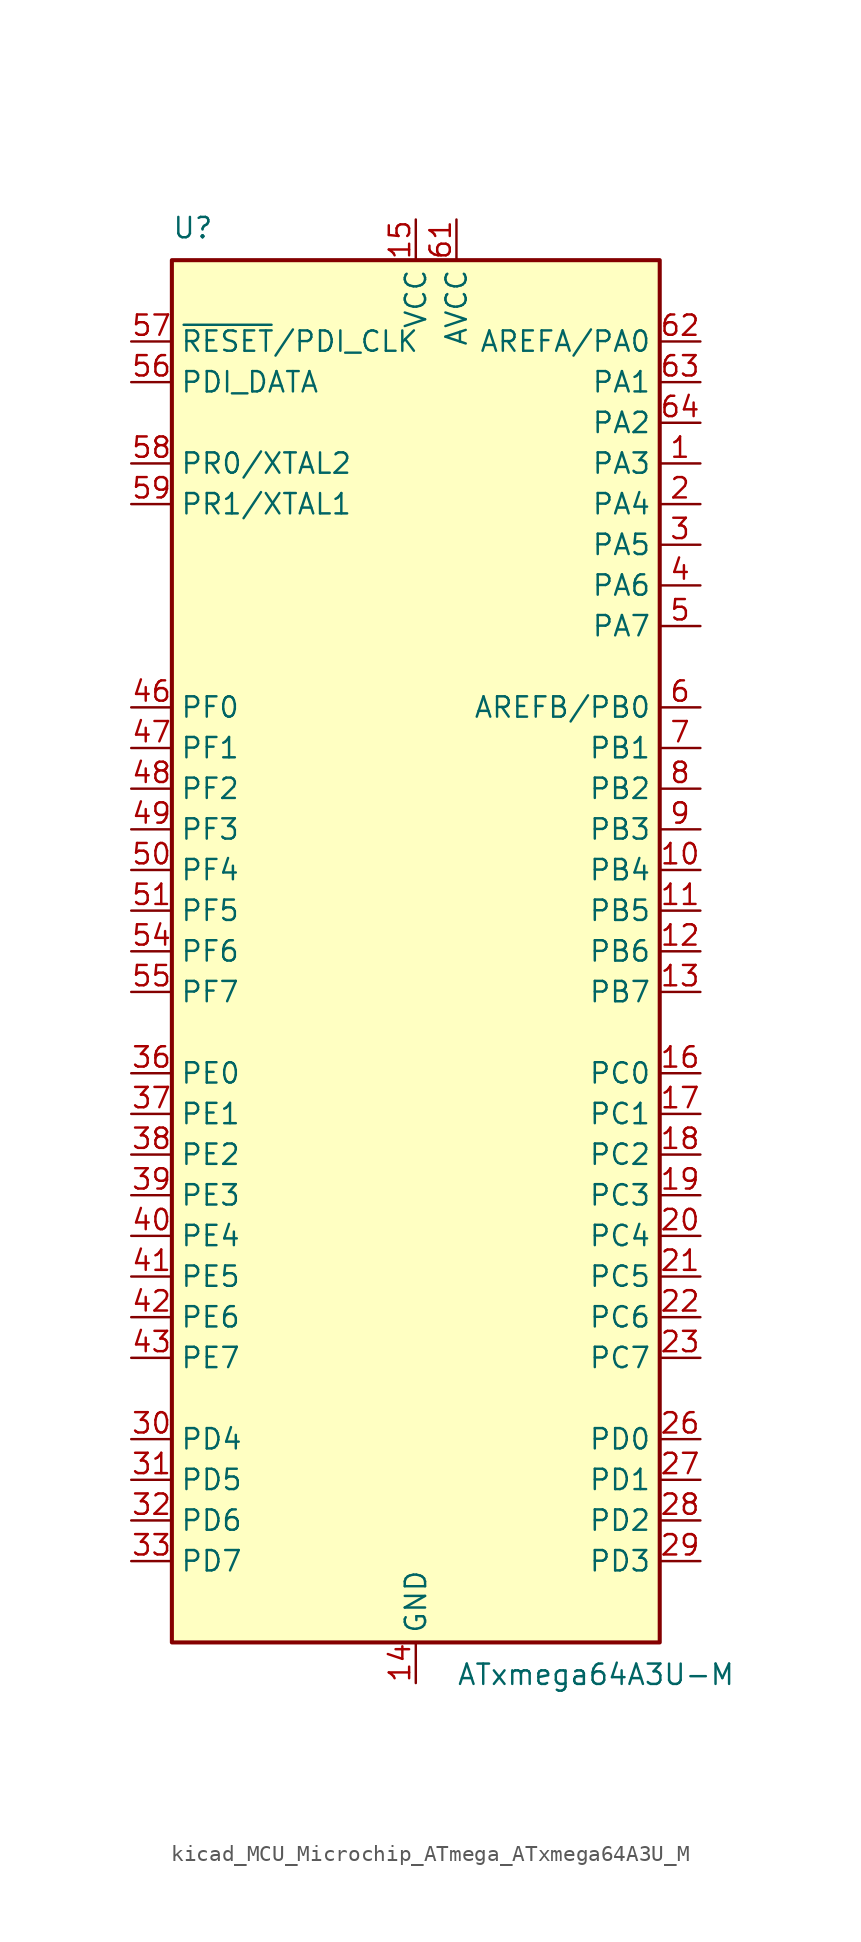
<source format=kicad_sym>
(kicad_symbol_lib
  (version 20220914)
  (generator kicad_symbol_editor)
  (symbol "kicad_MCU_Microchip_ATmega_ATxmega64A3U_M"
    (property "Reference" "U"
      (at -15.24 44.45 0)
      (effects (font (size 1.27 1.27)) (justify left bottom)))
    (property "Value" "ATxmega64A3U-M"
      (at 2.54 -44.45 0)
      (effects (font (size 1.27 1.27)) (justify left top)))
    (symbol "kicad_MCU_Microchip_ATmega_ATxmega64A3U_M_0_1"
      (rectangle (start -15.24 -43.18) (end 15.24 43.18) (stroke (width 0.254) (type default)) (fill (type background))))
    (symbol "kicad_MCU_Microchip_ATmega_ATxmega64A3U_M_1_1"
      (pin bidirectional line (at 17.78 30.48 180) (length 2.54) (name "PA3" (effects (font (size 1.27 1.27)))) (number "1" (effects (font (size 1.27 1.27)))))
      (pin bidirectional line (at 17.78 5.08 180) (length 2.54) (name "PB4" (effects (font (size 1.27 1.27)))) (number "10" (effects (font (size 1.27 1.27)))))
      (pin bidirectional line (at 17.78 2.54 180) (length 2.54) (name "PB5" (effects (font (size 1.27 1.27)))) (number "11" (effects (font (size 1.27 1.27)))))
      (pin bidirectional line (at 17.78 0 180) (length 2.54) (name "PB6" (effects (font (size 1.27 1.27)))) (number "12" (effects (font (size 1.27 1.27)))))
      (pin bidirectional line (at 17.78 -2.54 180) (length 2.54) (name "PB7" (effects (font (size 1.27 1.27)))) (number "13" (effects (font (size 1.27 1.27)))))
      (pin power_in line (at 0 -45.72 90) (length 2.54) (name "GND" (effects (font (size 1.27 1.27)))) (number "14" (effects (font (size 1.27 1.27)))))
      (pin power_in line (at 0 45.72 270) (length 2.54) (name "VCC" (effects (font (size 1.27 1.27)))) (number "15" (effects (font (size 1.27 1.27)))))
      (pin bidirectional line (at 17.78 -7.62 180) (length 2.54) (name "PC0" (effects (font (size 1.27 1.27)))) (number "16" (effects (font (size 1.27 1.27)))))
      (pin bidirectional line (at 17.78 -10.16 180) (length 2.54) (name "PC1" (effects (font (size 1.27 1.27)))) (number "17" (effects (font (size 1.27 1.27)))))
      (pin bidirectional line (at 17.78 -12.7 180) (length 2.54) (name "PC2" (effects (font (size 1.27 1.27)))) (number "18" (effects (font (size 1.27 1.27)))))
      (pin bidirectional line (at 17.78 -15.24 180) (length 2.54) (name "PC3" (effects (font (size 1.27 1.27)))) (number "19" (effects (font (size 1.27 1.27)))))
      (pin bidirectional line (at 17.78 27.94 180) (length 2.54) (name "PA4" (effects (font (size 1.27 1.27)))) (number "2" (effects (font (size 1.27 1.27)))))
      (pin bidirectional line (at 17.78 -17.78 180) (length 2.54) (name "PC4" (effects (font (size 1.27 1.27)))) (number "20" (effects (font (size 1.27 1.27)))))
      (pin bidirectional line (at 17.78 -20.32 180) (length 2.54) (name "PC5" (effects (font (size 1.27 1.27)))) (number "21" (effects (font (size 1.27 1.27)))))
      (pin bidirectional line (at 17.78 -22.86 180) (length 2.54) (name "PC6" (effects (font (size 1.27 1.27)))) (number "22" (effects (font (size 1.27 1.27)))))
      (pin bidirectional line (at 17.78 -25.4 180) (length 2.54) (name "PC7" (effects (font (size 1.27 1.27)))) (number "23" (effects (font (size 1.27 1.27)))))
      (pin passive line (at 0 -45.72 90) (length 2.54) hide (name "GND" (effects (font (size 1.27 1.27)))) (number "24" (effects (font (size 1.27 1.27)))))
      (pin passive line (at 0 45.72 270) (length 2.54) hide (name "VCC" (effects (font (size 1.27 1.27)))) (number "25" (effects (font (size 1.27 1.27)))))
      (pin bidirectional line (at 17.78 -30.48 180) (length 2.54) (name "PD0" (effects (font (size 1.27 1.27)))) (number "26" (effects (font (size 1.27 1.27)))))
      (pin bidirectional line (at 17.78 -33.02 180) (length 2.54) (name "PD1" (effects (font (size 1.27 1.27)))) (number "27" (effects (font (size 1.27 1.27)))))
      (pin bidirectional line (at 17.78 -35.56 180) (length 2.54) (name "PD2" (effects (font (size 1.27 1.27)))) (number "28" (effects (font (size 1.27 1.27)))))
      (pin bidirectional line (at 17.78 -38.1 180) (length 2.54) (name "PD3" (effects (font (size 1.27 1.27)))) (number "29" (effects (font (size 1.27 1.27)))))
      (pin bidirectional line (at 17.78 25.4 180) (length 2.54) (name "PA5" (effects (font (size 1.27 1.27)))) (number "3" (effects (font (size 1.27 1.27)))))
      (pin bidirectional line (at -17.78 -30.48 0) (length 2.54) (name "PD4" (effects (font (size 1.27 1.27)))) (number "30" (effects (font (size 1.27 1.27)))))
      (pin bidirectional line (at -17.78 -33.02 0) (length 2.54) (name "PD5" (effects (font (size 1.27 1.27)))) (number "31" (effects (font (size 1.27 1.27)))))
      (pin bidirectional line (at -17.78 -35.56 0) (length 2.54) (name "PD6" (effects (font (size 1.27 1.27)))) (number "32" (effects (font (size 1.27 1.27)))))
      (pin bidirectional line (at -17.78 -38.1 0) (length 2.54) (name "PD7" (effects (font (size 1.27 1.27)))) (number "33" (effects (font (size 1.27 1.27)))))
      (pin passive line (at 0 -45.72 90) (length 2.54) hide (name "GND" (effects (font (size 1.27 1.27)))) (number "34" (effects (font (size 1.27 1.27)))))
      (pin passive line (at 0 45.72 270) (length 2.54) hide (name "VCC" (effects (font (size 1.27 1.27)))) (number "35" (effects (font (size 1.27 1.27)))))
      (pin bidirectional line (at -17.78 -7.62 0) (length 2.54) (name "PE0" (effects (font (size 1.27 1.27)))) (number "36" (effects (font (size 1.27 1.27)))))
      (pin bidirectional line (at -17.78 -10.16 0) (length 2.54) (name "PE1" (effects (font (size 1.27 1.27)))) (number "37" (effects (font (size 1.27 1.27)))))
      (pin bidirectional line (at -17.78 -12.7 0) (length 2.54) (name "PE2" (effects (font (size 1.27 1.27)))) (number "38" (effects (font (size 1.27 1.27)))))
      (pin bidirectional line (at -17.78 -15.24 0) (length 2.54) (name "PE3" (effects (font (size 1.27 1.27)))) (number "39" (effects (font (size 1.27 1.27)))))
      (pin bidirectional line (at 17.78 22.86 180) (length 2.54) (name "PA6" (effects (font (size 1.27 1.27)))) (number "4" (effects (font (size 1.27 1.27)))))
      (pin bidirectional line (at -17.78 -17.78 0) (length 2.54) (name "PE4" (effects (font (size 1.27 1.27)))) (number "40" (effects (font (size 1.27 1.27)))))
      (pin bidirectional line (at -17.78 -20.32 0) (length 2.54) (name "PE5" (effects (font (size 1.27 1.27)))) (number "41" (effects (font (size 1.27 1.27)))))
      (pin bidirectional line (at -17.78 -22.86 0) (length 2.54) (name "PE6" (effects (font (size 1.27 1.27)))) (number "42" (effects (font (size 1.27 1.27)))))
      (pin bidirectional line (at -17.78 -25.4 0) (length 2.54) (name "PE7" (effects (font (size 1.27 1.27)))) (number "43" (effects (font (size 1.27 1.27)))))
      (pin passive line (at 0 -45.72 90) (length 2.54) hide (name "GND" (effects (font (size 1.27 1.27)))) (number "44" (effects (font (size 1.27 1.27)))))
      (pin passive line (at 0 45.72 270) (length 2.54) hide (name "VCC" (effects (font (size 1.27 1.27)))) (number "45" (effects (font (size 1.27 1.27)))))
      (pin bidirectional line (at -17.78 15.24 0) (length 2.54) (name "PF0" (effects (font (size 1.27 1.27)))) (number "46" (effects (font (size 1.27 1.27)))))
      (pin bidirectional line (at -17.78 12.7 0) (length 2.54) (name "PF1" (effects (font (size 1.27 1.27)))) (number "47" (effects (font (size 1.27 1.27)))))
      (pin bidirectional line (at -17.78 10.16 0) (length 2.54) (name "PF2" (effects (font (size 1.27 1.27)))) (number "48" (effects (font (size 1.27 1.27)))))
      (pin bidirectional line (at -17.78 7.62 0) (length 2.54) (name "PF3" (effects (font (size 1.27 1.27)))) (number "49" (effects (font (size 1.27 1.27)))))
      (pin bidirectional line (at 17.78 20.32 180) (length 2.54) (name "PA7" (effects (font (size 1.27 1.27)))) (number "5" (effects (font (size 1.27 1.27)))))
      (pin bidirectional line (at -17.78 5.08 0) (length 2.54) (name "PF4" (effects (font (size 1.27 1.27)))) (number "50" (effects (font (size 1.27 1.27)))))
      (pin bidirectional line (at -17.78 2.54 0) (length 2.54) (name "PF5" (effects (font (size 1.27 1.27)))) (number "51" (effects (font (size 1.27 1.27)))))
      (pin passive line (at 0 -45.72 90) (length 2.54) hide (name "GND" (effects (font (size 1.27 1.27)))) (number "52" (effects (font (size 1.27 1.27)))))
      (pin passive line (at 0 45.72 270) (length 2.54) hide (name "VCC" (effects (font (size 1.27 1.27)))) (number "53" (effects (font (size 1.27 1.27)))))
      (pin bidirectional line (at -17.78 0 0) (length 2.54) (name "PF6" (effects (font (size 1.27 1.27)))) (number "54" (effects (font (size 1.27 1.27)))))
      (pin bidirectional line (at -17.78 -2.54 0) (length 2.54) (name "PF7" (effects (font (size 1.27 1.27)))) (number "55" (effects (font (size 1.27 1.27)))))
      (pin bidirectional line (at -17.78 35.56 0) (length 2.54) (name "PDI_DATA" (effects (font (size 1.27 1.27)))) (number "56" (effects (font (size 1.27 1.27)))))
      (pin input line (at -17.78 38.1 0) (length 2.54) (name "~{RESET}/PDI_CLK" (effects (font (size 1.27 1.27)))) (number "57" (effects (font (size 1.27 1.27)))))
      (pin bidirectional line (at -17.78 30.48 0) (length 2.54) (name "PR0/XTAL2" (effects (font (size 1.27 1.27)))) (number "58" (effects (font (size 1.27 1.27)))))
      (pin bidirectional line (at -17.78 27.94 0) (length 2.54) (name "PR1/XTAL1" (effects (font (size 1.27 1.27)))) (number "59" (effects (font (size 1.27 1.27)))))
      (pin bidirectional line (at 17.78 15.24 180) (length 2.54) (name "AREFB/PB0" (effects (font (size 1.27 1.27)))) (number "6" (effects (font (size 1.27 1.27)))))
      (pin passive line (at 0 -45.72 90) (length 2.54) hide (name "GND" (effects (font (size 1.27 1.27)))) (number "60" (effects (font (size 1.27 1.27)))))
      (pin power_in line (at 2.54 45.72 270) (length 2.54) (name "AVCC" (effects (font (size 1.27 1.27)))) (number "61" (effects (font (size 1.27 1.27)))))
      (pin bidirectional line (at 17.78 38.1 180) (length 2.54) (name "AREFA/PA0" (effects (font (size 1.27 1.27)))) (number "62" (effects (font (size 1.27 1.27)))))
      (pin bidirectional line (at 17.78 35.56 180) (length 2.54) (name "PA1" (effects (font (size 1.27 1.27)))) (number "63" (effects (font (size 1.27 1.27)))))
      (pin bidirectional line (at 17.78 33.02 180) (length 2.54) (name "PA2" (effects (font (size 1.27 1.27)))) (number "64" (effects (font (size 1.27 1.27)))))
      (pin passive line (at 0 -45.72 90) (length 2.54) hide (name "GND" (effects (font (size 1.27 1.27)))) (number "65" (effects (font (size 1.27 1.27)))))
      (pin bidirectional line (at 17.78 12.7 180) (length 2.54) (name "PB1" (effects (font (size 1.27 1.27)))) (number "7" (effects (font (size 1.27 1.27)))))
      (pin bidirectional line (at 17.78 10.16 180) (length 2.54) (name "PB2" (effects (font (size 1.27 1.27)))) (number "8" (effects (font (size 1.27 1.27)))))
      (pin bidirectional line (at 17.78 7.62 180) (length 2.54) (name "PB3" (effects (font (size 1.27 1.27)))) (number "9" (effects (font (size 1.27 1.27))))))))
</source>
